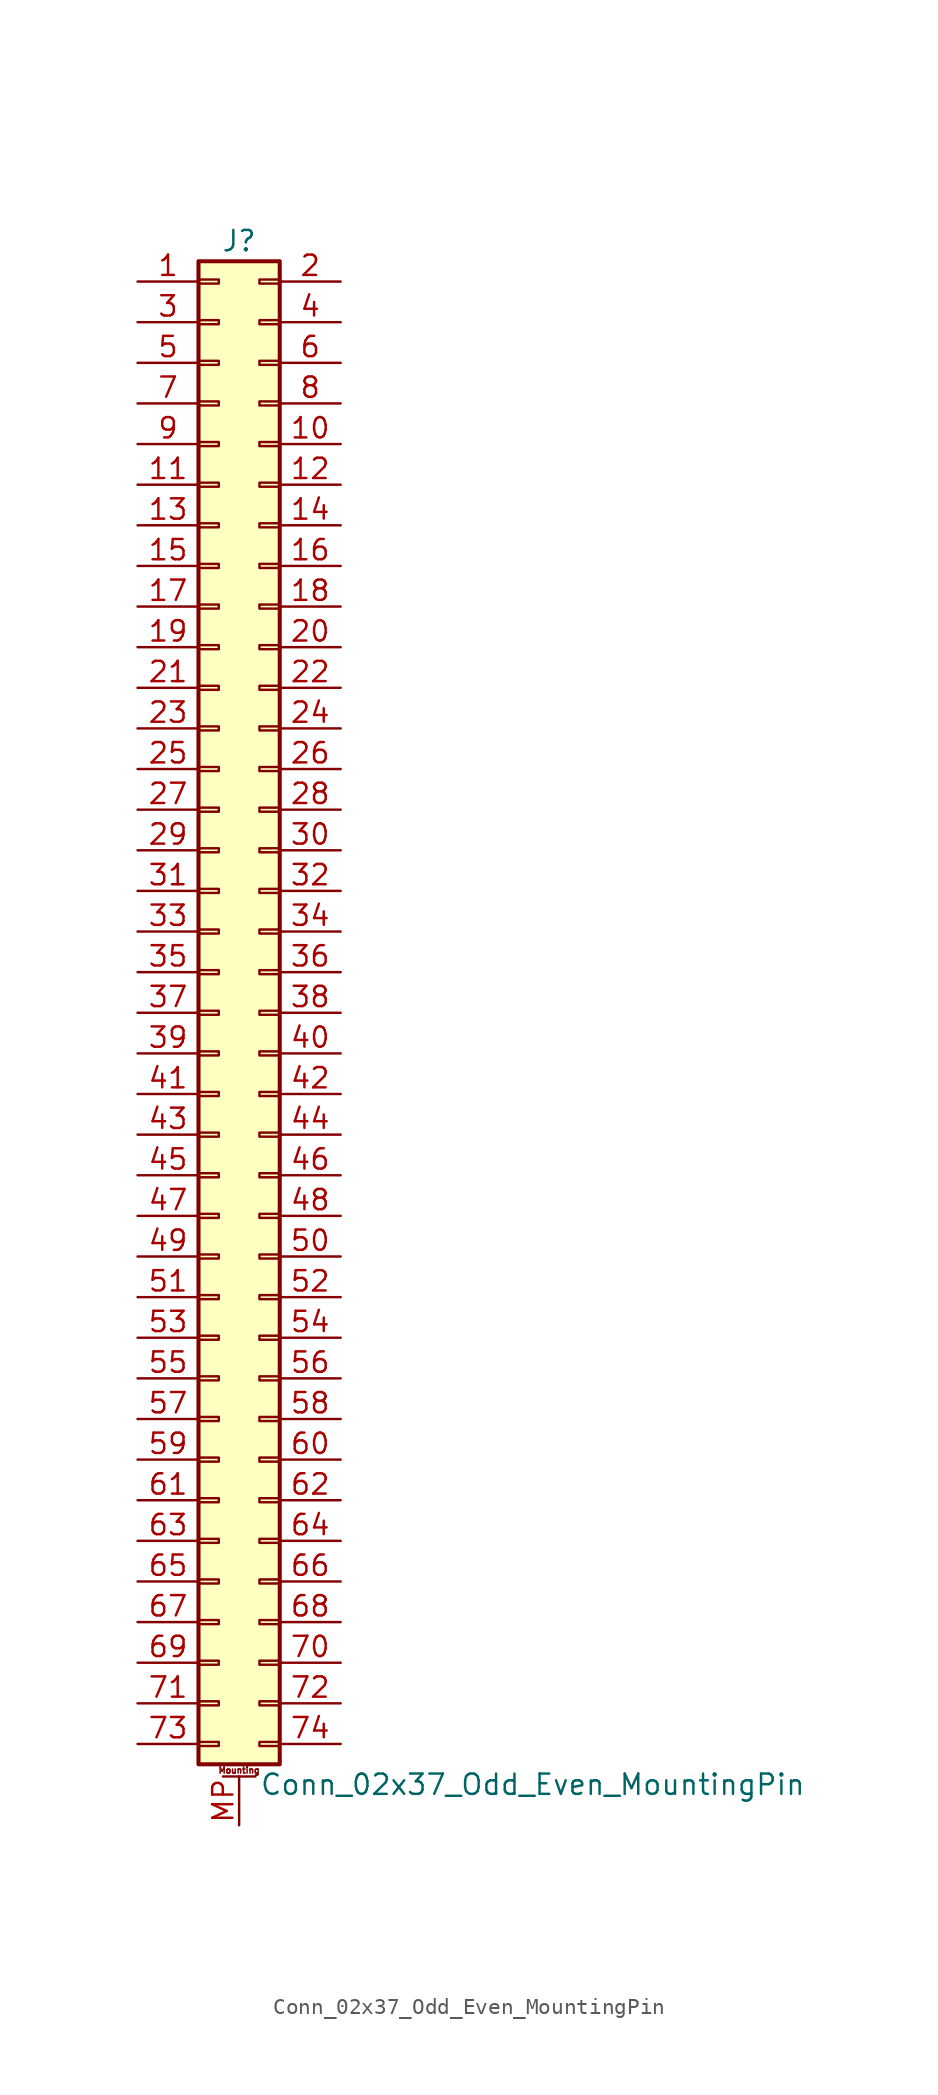
<source format=kicad_sym>
(kicad_symbol_lib
  (version 20211014)
  (generator kicad_symbol_editor)
  (symbol "Conn_02x37_Odd_Even_MountingPin"
    (pin_names
      (offset 1.016) hide)
    (property "Reference" "J"
      (at 1.27 48.26 0)
      (effects (font (size 1.27 1.27))))
    (property "Value" "Conn_02x37_Odd_Even_MountingPin"
      (at 2.54 -48.26 0)
      (effects (font (size 1.27 1.27)) (justify left)))
    (symbol "Conn_02x37_Odd_Even_MountingPin_1_1"
      (rectangle (start -1.27 -45.593) (end 0 -45.847) (stroke (width 0.152) (type default) (color 0 0 0 0)) (fill (type none)))
      (rectangle (start -1.27 -43.053) (end 0 -43.307) (stroke (width 0.152) (type default) (color 0 0 0 0)) (fill (type none)))
      (rectangle (start -1.27 -40.513) (end 0 -40.767) (stroke (width 0.152) (type default) (color 0 0 0 0)) (fill (type none)))
      (rectangle (start -1.27 -37.973) (end 0 -38.227) (stroke (width 0.152) (type default) (color 0 0 0 0)) (fill (type none)))
      (rectangle (start -1.27 -35.433) (end 0 -35.687) (stroke (width 0.152) (type default) (color 0 0 0 0)) (fill (type none)))
      (rectangle (start -1.27 -32.893) (end 0 -33.147) (stroke (width 0.152) (type default) (color 0 0 0 0)) (fill (type none)))
      (rectangle (start -1.27 -30.353) (end 0 -30.607) (stroke (width 0.152) (type default) (color 0 0 0 0)) (fill (type none)))
      (rectangle (start -1.27 -27.813) (end 0 -28.067) (stroke (width 0.152) (type default) (color 0 0 0 0)) (fill (type none)))
      (rectangle (start -1.27 -25.273) (end 0 -25.527) (stroke (width 0.152) (type default) (color 0 0 0 0)) (fill (type none)))
      (rectangle (start -1.27 -22.733) (end 0 -22.987) (stroke (width 0.152) (type default) (color 0 0 0 0)) (fill (type none)))
      (rectangle (start -1.27 -20.193) (end 0 -20.447) (stroke (width 0.152) (type default) (color 0 0 0 0)) (fill (type none)))
      (rectangle (start -1.27 -17.653) (end 0 -17.907) (stroke (width 0.152) (type default) (color 0 0 0 0)) (fill (type none)))
      (rectangle (start -1.27 -15.113) (end 0 -15.367) (stroke (width 0.152) (type default) (color 0 0 0 0)) (fill (type none)))
      (rectangle (start -1.27 -12.573) (end 0 -12.827) (stroke (width 0.152) (type default) (color 0 0 0 0)) (fill (type none)))
      (rectangle (start -1.27 -10.033) (end 0 -10.287) (stroke (width 0.152) (type default) (color 0 0 0 0)) (fill (type none)))
      (rectangle (start -1.27 -7.493) (end 0 -7.747) (stroke (width 0.152) (type default) (color 0 0 0 0)) (fill (type none)))
      (rectangle (start -1.27 -4.953) (end 0 -5.207) (stroke (width 0.152) (type default) (color 0 0 0 0)) (fill (type none)))
      (rectangle (start -1.27 -2.413) (end 0 -2.667) (stroke (width 0.152) (type default) (color 0 0 0 0)) (fill (type none)))
      (rectangle (start -1.27 0.127) (end 0 -0.127) (stroke (width 0.152) (type default) (color 0 0 0 0)) (fill (type none)))
      (rectangle (start -1.27 2.667) (end 0 2.413) (stroke (width 0.152) (type default) (color 0 0 0 0)) (fill (type none)))
      (rectangle (start -1.27 5.207) (end 0 4.953) (stroke (width 0.152) (type default) (color 0 0 0 0)) (fill (type none)))
      (rectangle (start -1.27 7.747) (end 0 7.493) (stroke (width 0.152) (type default) (color 0 0 0 0)) (fill (type none)))
      (rectangle (start -1.27 10.287) (end 0 10.033) (stroke (width 0.152) (type default) (color 0 0 0 0)) (fill (type none)))
      (rectangle (start -1.27 12.827) (end 0 12.573) (stroke (width 0.152) (type default) (color 0 0 0 0)) (fill (type none)))
      (rectangle (start -1.27 15.367) (end 0 15.113) (stroke (width 0.152) (type default) (color 0 0 0 0)) (fill (type none)))
      (rectangle (start -1.27 17.907) (end 0 17.653) (stroke (width 0.152) (type default) (color 0 0 0 0)) (fill (type none)))
      (rectangle (start -1.27 20.447) (end 0 20.193) (stroke (width 0.152) (type default) (color 0 0 0 0)) (fill (type none)))
      (rectangle (start -1.27 22.987) (end 0 22.733) (stroke (width 0.152) (type default) (color 0 0 0 0)) (fill (type none)))
      (rectangle (start -1.27 25.527) (end 0 25.273) (stroke (width 0.152) (type default) (color 0 0 0 0)) (fill (type none)))
      (rectangle (start -1.27 28.067) (end 0 27.813) (stroke (width 0.152) (type default) (color 0 0 0 0)) (fill (type none)))
      (rectangle (start -1.27 30.607) (end 0 30.353) (stroke (width 0.152) (type default) (color 0 0 0 0)) (fill (type none)))
      (rectangle (start -1.27 33.147) (end 0 32.893) (stroke (width 0.152) (type default) (color 0 0 0 0)) (fill (type none)))
      (rectangle (start -1.27 35.687) (end 0 35.433) (stroke (width 0.152) (type default) (color 0 0 0 0)) (fill (type none)))
      (rectangle (start -1.27 38.227) (end 0 37.973) (stroke (width 0.152) (type default) (color 0 0 0 0)) (fill (type none)))
      (rectangle (start -1.27 40.767) (end 0 40.513) (stroke (width 0.152) (type default) (color 0 0 0 0)) (fill (type none)))
      (rectangle (start -1.27 43.307) (end 0 43.053) (stroke (width 0.152) (type default) (color 0 0 0 0)) (fill (type none)))
      (rectangle (start -1.27 45.847) (end 0 45.593) (stroke (width 0.152) (type default) (color 0 0 0 0)) (fill (type none)))
      (rectangle (start -1.27 46.99) (end 3.81 -46.99) (stroke (width 0.254) (type default) (color 0 0 0 0)) (fill (type background)))
      (polyline (pts (xy 0.254 -47.752) (xy 2.286 -47.752)) (stroke (width 0.152) (type default) (color 0 0 0 0)) (fill (type none)))
      (rectangle (start 3.81 -45.593) (end 2.54 -45.847) (stroke (width 0.152) (type default) (color 0 0 0 0)) (fill (type none)))
      (rectangle (start 3.81 -43.053) (end 2.54 -43.307) (stroke (width 0.152) (type default) (color 0 0 0 0)) (fill (type none)))
      (rectangle (start 3.81 -40.513) (end 2.54 -40.767) (stroke (width 0.152) (type default) (color 0 0 0 0)) (fill (type none)))
      (rectangle (start 3.81 -37.973) (end 2.54 -38.227) (stroke (width 0.152) (type default) (color 0 0 0 0)) (fill (type none)))
      (rectangle (start 3.81 -35.433) (end 2.54 -35.687) (stroke (width 0.152) (type default) (color 0 0 0 0)) (fill (type none)))
      (rectangle (start 3.81 -32.893) (end 2.54 -33.147) (stroke (width 0.152) (type default) (color 0 0 0 0)) (fill (type none)))
      (rectangle (start 3.81 -30.353) (end 2.54 -30.607) (stroke (width 0.152) (type default) (color 0 0 0 0)) (fill (type none)))
      (rectangle (start 3.81 -27.813) (end 2.54 -28.067) (stroke (width 0.152) (type default) (color 0 0 0 0)) (fill (type none)))
      (rectangle (start 3.81 -25.273) (end 2.54 -25.527) (stroke (width 0.152) (type default) (color 0 0 0 0)) (fill (type none)))
      (rectangle (start 3.81 -22.733) (end 2.54 -22.987) (stroke (width 0.152) (type default) (color 0 0 0 0)) (fill (type none)))
      (rectangle (start 3.81 -20.193) (end 2.54 -20.447) (stroke (width 0.152) (type default) (color 0 0 0 0)) (fill (type none)))
      (rectangle (start 3.81 -17.653) (end 2.54 -17.907) (stroke (width 0.152) (type default) (color 0 0 0 0)) (fill (type none)))
      (rectangle (start 3.81 -15.113) (end 2.54 -15.367) (stroke (width 0.152) (type default) (color 0 0 0 0)) (fill (type none)))
      (rectangle (start 3.81 -12.573) (end 2.54 -12.827) (stroke (width 0.152) (type default) (color 0 0 0 0)) (fill (type none)))
      (rectangle (start 3.81 -10.033) (end 2.54 -10.287) (stroke (width 0.152) (type default) (color 0 0 0 0)) (fill (type none)))
      (rectangle (start 3.81 -7.493) (end 2.54 -7.747) (stroke (width 0.152) (type default) (color 0 0 0 0)) (fill (type none)))
      (rectangle (start 3.81 -4.953) (end 2.54 -5.207) (stroke (width 0.152) (type default) (color 0 0 0 0)) (fill (type none)))
      (rectangle (start 3.81 -2.413) (end 2.54 -2.667) (stroke (width 0.152) (type default) (color 0 0 0 0)) (fill (type none)))
      (rectangle (start 3.81 0.127) (end 2.54 -0.127) (stroke (width 0.152) (type default) (color 0 0 0 0)) (fill (type none)))
      (rectangle (start 3.81 2.667) (end 2.54 2.413) (stroke (width 0.152) (type default) (color 0 0 0 0)) (fill (type none)))
      (rectangle (start 3.81 5.207) (end 2.54 4.953) (stroke (width 0.152) (type default) (color 0 0 0 0)) (fill (type none)))
      (rectangle (start 3.81 7.747) (end 2.54 7.493) (stroke (width 0.152) (type default) (color 0 0 0 0)) (fill (type none)))
      (rectangle (start 3.81 10.287) (end 2.54 10.033) (stroke (width 0.152) (type default) (color 0 0 0 0)) (fill (type none)))
      (rectangle (start 3.81 12.827) (end 2.54 12.573) (stroke (width 0.152) (type default) (color 0 0 0 0)) (fill (type none)))
      (rectangle (start 3.81 15.367) (end 2.54 15.113) (stroke (width 0.152) (type default) (color 0 0 0 0)) (fill (type none)))
      (rectangle (start 3.81 17.907) (end 2.54 17.653) (stroke (width 0.152) (type default) (color 0 0 0 0)) (fill (type none)))
      (rectangle (start 3.81 20.447) (end 2.54 20.193) (stroke (width 0.152) (type default) (color 0 0 0 0)) (fill (type none)))
      (rectangle (start 3.81 22.987) (end 2.54 22.733) (stroke (width 0.152) (type default) (color 0 0 0 0)) (fill (type none)))
      (rectangle (start 3.81 25.527) (end 2.54 25.273) (stroke (width 0.152) (type default) (color 0 0 0 0)) (fill (type none)))
      (rectangle (start 3.81 28.067) (end 2.54 27.813) (stroke (width 0.152) (type default) (color 0 0 0 0)) (fill (type none)))
      (rectangle (start 3.81 30.607) (end 2.54 30.353) (stroke (width 0.152) (type default) (color 0 0 0 0)) (fill (type none)))
      (rectangle (start 3.81 33.147) (end 2.54 32.893) (stroke (width 0.152) (type default) (color 0 0 0 0)) (fill (type none)))
      (rectangle (start 3.81 35.687) (end 2.54 35.433) (stroke (width 0.152) (type default) (color 0 0 0 0)) (fill (type none)))
      (rectangle (start 3.81 38.227) (end 2.54 37.973) (stroke (width 0.152) (type default) (color 0 0 0 0)) (fill (type none)))
      (rectangle (start 3.81 40.767) (end 2.54 40.513) (stroke (width 0.152) (type default) (color 0 0 0 0)) (fill (type none)))
      (rectangle (start 3.81 43.307) (end 2.54 43.053) (stroke (width 0.152) (type default) (color 0 0 0 0)) (fill (type none)))
      (rectangle (start 3.81 45.847) (end 2.54 45.593) (stroke (width 0.152) (type default) (color 0 0 0 0)) (fill (type none)))
      (text "Mounting" (at 1.27 -47.371 0) (effects (font (size 0.381 0.381))))
      (pin passive line (at -5.08 45.72 0) (length 3.81) (name "Pin_1" (effects (font (size 1.27 1.27)))) (number "1" (effects (font (size 1.27 1.27)))))
      (pin passive line (at 7.62 35.56 180) (length 3.81) (name "Pin_10" (effects (font (size 1.27 1.27)))) (number "10" (effects (font (size 1.27 1.27)))))
      (pin passive line (at -5.08 33.02 0) (length 3.81) (name "Pin_11" (effects (font (size 1.27 1.27)))) (number "11" (effects (font (size 1.27 1.27)))))
      (pin passive line (at 7.62 33.02 180) (length 3.81) (name "Pin_12" (effects (font (size 1.27 1.27)))) (number "12" (effects (font (size 1.27 1.27)))))
      (pin passive line (at -5.08 30.48 0) (length 3.81) (name "Pin_13" (effects (font (size 1.27 1.27)))) (number "13" (effects (font (size 1.27 1.27)))))
      (pin passive line (at 7.62 30.48 180) (length 3.81) (name "Pin_14" (effects (font (size 1.27 1.27)))) (number "14" (effects (font (size 1.27 1.27)))))
      (pin passive line (at -5.08 27.94 0) (length 3.81) (name "Pin_15" (effects (font (size 1.27 1.27)))) (number "15" (effects (font (size 1.27 1.27)))))
      (pin passive line (at 7.62 27.94 180) (length 3.81) (name "Pin_16" (effects (font (size 1.27 1.27)))) (number "16" (effects (font (size 1.27 1.27)))))
      (pin passive line (at -5.08 25.4 0) (length 3.81) (name "Pin_17" (effects (font (size 1.27 1.27)))) (number "17" (effects (font (size 1.27 1.27)))))
      (pin passive line (at 7.62 25.4 180) (length 3.81) (name "Pin_18" (effects (font (size 1.27 1.27)))) (number "18" (effects (font (size 1.27 1.27)))))
      (pin passive line (at -5.08 22.86 0) (length 3.81) (name "Pin_19" (effects (font (size 1.27 1.27)))) (number "19" (effects (font (size 1.27 1.27)))))
      (pin passive line (at 7.62 45.72 180) (length 3.81) (name "Pin_2" (effects (font (size 1.27 1.27)))) (number "2" (effects (font (size 1.27 1.27)))))
      (pin passive line (at 7.62 22.86 180) (length 3.81) (name "Pin_20" (effects (font (size 1.27 1.27)))) (number "20" (effects (font (size 1.27 1.27)))))
      (pin passive line (at -5.08 20.32 0) (length 3.81) (name "Pin_21" (effects (font (size 1.27 1.27)))) (number "21" (effects (font (size 1.27 1.27)))))
      (pin passive line (at 7.62 20.32 180) (length 3.81) (name "Pin_22" (effects (font (size 1.27 1.27)))) (number "22" (effects (font (size 1.27 1.27)))))
      (pin passive line (at -5.08 17.78 0) (length 3.81) (name "Pin_23" (effects (font (size 1.27 1.27)))) (number "23" (effects (font (size 1.27 1.27)))))
      (pin passive line (at 7.62 17.78 180) (length 3.81) (name "Pin_24" (effects (font (size 1.27 1.27)))) (number "24" (effects (font (size 1.27 1.27)))))
      (pin passive line (at -5.08 15.24 0) (length 3.81) (name "Pin_25" (effects (font (size 1.27 1.27)))) (number "25" (effects (font (size 1.27 1.27)))))
      (pin passive line (at 7.62 15.24 180) (length 3.81) (name "Pin_26" (effects (font (size 1.27 1.27)))) (number "26" (effects (font (size 1.27 1.27)))))
      (pin passive line (at -5.08 12.7 0) (length 3.81) (name "Pin_27" (effects (font (size 1.27 1.27)))) (number "27" (effects (font (size 1.27 1.27)))))
      (pin passive line (at 7.62 12.7 180) (length 3.81) (name "Pin_28" (effects (font (size 1.27 1.27)))) (number "28" (effects (font (size 1.27 1.27)))))
      (pin passive line (at -5.08 10.16 0) (length 3.81) (name "Pin_29" (effects (font (size 1.27 1.27)))) (number "29" (effects (font (size 1.27 1.27)))))
      (pin passive line (at -5.08 43.18 0) (length 3.81) (name "Pin_3" (effects (font (size 1.27 1.27)))) (number "3" (effects (font (size 1.27 1.27)))))
      (pin passive line (at 7.62 10.16 180) (length 3.81) (name "Pin_30" (effects (font (size 1.27 1.27)))) (number "30" (effects (font (size 1.27 1.27)))))
      (pin passive line (at -5.08 7.62 0) (length 3.81) (name "Pin_31" (effects (font (size 1.27 1.27)))) (number "31" (effects (font (size 1.27 1.27)))))
      (pin passive line (at 7.62 7.62 180) (length 3.81) (name "Pin_32" (effects (font (size 1.27 1.27)))) (number "32" (effects (font (size 1.27 1.27)))))
      (pin passive line (at -5.08 5.08 0) (length 3.81) (name "Pin_33" (effects (font (size 1.27 1.27)))) (number "33" (effects (font (size 1.27 1.27)))))
      (pin passive line (at 7.62 5.08 180) (length 3.81) (name "Pin_34" (effects (font (size 1.27 1.27)))) (number "34" (effects (font (size 1.27 1.27)))))
      (pin passive line (at -5.08 2.54 0) (length 3.81) (name "Pin_35" (effects (font (size 1.27 1.27)))) (number "35" (effects (font (size 1.27 1.27)))))
      (pin passive line (at 7.62 2.54 180) (length 3.81) (name "Pin_36" (effects (font (size 1.27 1.27)))) (number "36" (effects (font (size 1.27 1.27)))))
      (pin passive line (at -5.08 0 0) (length 3.81) (name "Pin_37" (effects (font (size 1.27 1.27)))) (number "37" (effects (font (size 1.27 1.27)))))
      (pin passive line (at 7.62 0 180) (length 3.81) (name "Pin_38" (effects (font (size 1.27 1.27)))) (number "38" (effects (font (size 1.27 1.27)))))
      (pin passive line (at -5.08 -2.54 0) (length 3.81) (name "Pin_39" (effects (font (size 1.27 1.27)))) (number "39" (effects (font (size 1.27 1.27)))))
      (pin passive line (at 7.62 43.18 180) (length 3.81) (name "Pin_4" (effects (font (size 1.27 1.27)))) (number "4" (effects (font (size 1.27 1.27)))))
      (pin passive line (at 7.62 -2.54 180) (length 3.81) (name "Pin_40" (effects (font (size 1.27 1.27)))) (number "40" (effects (font (size 1.27 1.27)))))
      (pin passive line (at -5.08 -5.08 0) (length 3.81) (name "Pin_41" (effects (font (size 1.27 1.27)))) (number "41" (effects (font (size 1.27 1.27)))))
      (pin passive line (at 7.62 -5.08 180) (length 3.81) (name "Pin_42" (effects (font (size 1.27 1.27)))) (number "42" (effects (font (size 1.27 1.27)))))
      (pin passive line (at -5.08 -7.62 0) (length 3.81) (name "Pin_43" (effects (font (size 1.27 1.27)))) (number "43" (effects (font (size 1.27 1.27)))))
      (pin passive line (at 7.62 -7.62 180) (length 3.81) (name "Pin_44" (effects (font (size 1.27 1.27)))) (number "44" (effects (font (size 1.27 1.27)))))
      (pin passive line (at -5.08 -10.16 0) (length 3.81) (name "Pin_45" (effects (font (size 1.27 1.27)))) (number "45" (effects (font (size 1.27 1.27)))))
      (pin passive line (at 7.62 -10.16 180) (length 3.81) (name "Pin_46" (effects (font (size 1.27 1.27)))) (number "46" (effects (font (size 1.27 1.27)))))
      (pin passive line (at -5.08 -12.7 0) (length 3.81) (name "Pin_47" (effects (font (size 1.27 1.27)))) (number "47" (effects (font (size 1.27 1.27)))))
      (pin passive line (at 7.62 -12.7 180) (length 3.81) (name "Pin_48" (effects (font (size 1.27 1.27)))) (number "48" (effects (font (size 1.27 1.27)))))
      (pin passive line (at -5.08 -15.24 0) (length 3.81) (name "Pin_49" (effects (font (size 1.27 1.27)))) (number "49" (effects (font (size 1.27 1.27)))))
      (pin passive line (at -5.08 40.64 0) (length 3.81) (name "Pin_5" (effects (font (size 1.27 1.27)))) (number "5" (effects (font (size 1.27 1.27)))))
      (pin passive line (at 7.62 -15.24 180) (length 3.81) (name "Pin_50" (effects (font (size 1.27 1.27)))) (number "50" (effects (font (size 1.27 1.27)))))
      (pin passive line (at -5.08 -17.78 0) (length 3.81) (name "Pin_51" (effects (font (size 1.27 1.27)))) (number "51" (effects (font (size 1.27 1.27)))))
      (pin passive line (at 7.62 -17.78 180) (length 3.81) (name "Pin_52" (effects (font (size 1.27 1.27)))) (number "52" (effects (font (size 1.27 1.27)))))
      (pin passive line (at -5.08 -20.32 0) (length 3.81) (name "Pin_53" (effects (font (size 1.27 1.27)))) (number "53" (effects (font (size 1.27 1.27)))))
      (pin passive line (at 7.62 -20.32 180) (length 3.81) (name "Pin_54" (effects (font (size 1.27 1.27)))) (number "54" (effects (font (size 1.27 1.27)))))
      (pin passive line (at -5.08 -22.86 0) (length 3.81) (name "Pin_55" (effects (font (size 1.27 1.27)))) (number "55" (effects (font (size 1.27 1.27)))))
      (pin passive line (at 7.62 -22.86 180) (length 3.81) (name "Pin_56" (effects (font (size 1.27 1.27)))) (number "56" (effects (font (size 1.27 1.27)))))
      (pin passive line (at -5.08 -25.4 0) (length 3.81) (name "Pin_57" (effects (font (size 1.27 1.27)))) (number "57" (effects (font (size 1.27 1.27)))))
      (pin passive line (at 7.62 -25.4 180) (length 3.81) (name "Pin_58" (effects (font (size 1.27 1.27)))) (number "58" (effects (font (size 1.27 1.27)))))
      (pin passive line (at -5.08 -27.94 0) (length 3.81) (name "Pin_59" (effects (font (size 1.27 1.27)))) (number "59" (effects (font (size 1.27 1.27)))))
      (pin passive line (at 7.62 40.64 180) (length 3.81) (name "Pin_6" (effects (font (size 1.27 1.27)))) (number "6" (effects (font (size 1.27 1.27)))))
      (pin passive line (at 7.62 -27.94 180) (length 3.81) (name "Pin_60" (effects (font (size 1.27 1.27)))) (number "60" (effects (font (size 1.27 1.27)))))
      (pin passive line (at -5.08 -30.48 0) (length 3.81) (name "Pin_61" (effects (font (size 1.27 1.27)))) (number "61" (effects (font (size 1.27 1.27)))))
      (pin passive line (at 7.62 -30.48 180) (length 3.81) (name "Pin_62" (effects (font (size 1.27 1.27)))) (number "62" (effects (font (size 1.27 1.27)))))
      (pin passive line (at -5.08 -33.02 0) (length 3.81) (name "Pin_63" (effects (font (size 1.27 1.27)))) (number "63" (effects (font (size 1.27 1.27)))))
      (pin passive line (at 7.62 -33.02 180) (length 3.81) (name "Pin_64" (effects (font (size 1.27 1.27)))) (number "64" (effects (font (size 1.27 1.27)))))
      (pin passive line (at -5.08 -35.56 0) (length 3.81) (name "Pin_65" (effects (font (size 1.27 1.27)))) (number "65" (effects (font (size 1.27 1.27)))))
      (pin passive line (at 7.62 -35.56 180) (length 3.81) (name "Pin_66" (effects (font (size 1.27 1.27)))) (number "66" (effects (font (size 1.27 1.27)))))
      (pin passive line (at -5.08 -38.1 0) (length 3.81) (name "Pin_67" (effects (font (size 1.27 1.27)))) (number "67" (effects (font (size 1.27 1.27)))))
      (pin passive line (at 7.62 -38.1 180) (length 3.81) (name "Pin_68" (effects (font (size 1.27 1.27)))) (number "68" (effects (font (size 1.27 1.27)))))
      (pin passive line (at -5.08 -40.64 0) (length 3.81) (name "Pin_69" (effects (font (size 1.27 1.27)))) (number "69" (effects (font (size 1.27 1.27)))))
      (pin passive line (at -5.08 38.1 0) (length 3.81) (name "Pin_7" (effects (font (size 1.27 1.27)))) (number "7" (effects (font (size 1.27 1.27)))))
      (pin passive line (at 7.62 -40.64 180) (length 3.81) (name "Pin_70" (effects (font (size 1.27 1.27)))) (number "70" (effects (font (size 1.27 1.27)))))
      (pin passive line (at -5.08 -43.18 0) (length 3.81) (name "Pin_71" (effects (font (size 1.27 1.27)))) (number "71" (effects (font (size 1.27 1.27)))))
      (pin passive line (at 7.62 -43.18 180) (length 3.81) (name "Pin_72" (effects (font (size 1.27 1.27)))) (number "72" (effects (font (size 1.27 1.27)))))
      (pin passive line (at -5.08 -45.72 0) (length 3.81) (name "Pin_73" (effects (font (size 1.27 1.27)))) (number "73" (effects (font (size 1.27 1.27)))))
      (pin passive line (at 7.62 -45.72 180) (length 3.81) (name "Pin_74" (effects (font (size 1.27 1.27)))) (number "74" (effects (font (size 1.27 1.27)))))
      (pin passive line (at 7.62 38.1 180) (length 3.81) (name "Pin_8" (effects (font (size 1.27 1.27)))) (number "8" (effects (font (size 1.27 1.27)))))
      (pin passive line (at -5.08 35.56 0) (length 3.81) (name "Pin_9" (effects (font (size 1.27 1.27)))) (number "9" (effects (font (size 1.27 1.27)))))
      (pin passive line (at 1.27 -50.8 90) (length 3.048) (name "MountPin" (effects (font (size 1.27 1.27)))) (number "MP" (effects (font (size 1.27 1.27))))))))
</source>
